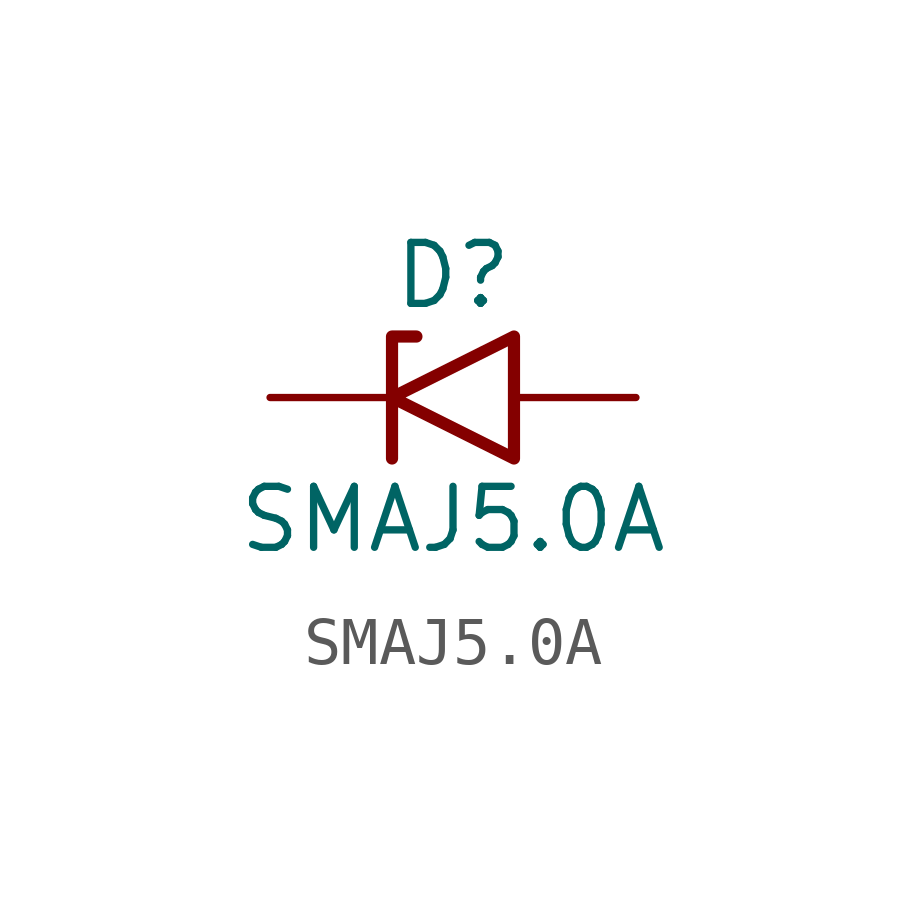
<source format=kicad_sym>
(kicad_symbol_lib
  (version 20231120)
  (generator "kicad_symbol_editor")
  (generator_version "8.0")
  (symbol "SMAJ5.0A"
    (pin_numbers hide)
    (pin_names
      (offset 1.016) hide)
    (property "Reference" "D"
      (at 0 2.54 0)
      (effects (font (size 1.27 1.27))))
    (property "Value" "SMAJ5.0A"
      (at 0 -2.54 0)
      (effects (font (size 1.27 1.27))))
    (symbol "SMAJ5.0A_0_1"
      (polyline (pts (xy -0.762 1.27) (xy -1.27 1.27) (xy -1.27 -1.27)) (stroke (width 0.254) (type default)) (fill (type none)))
      (polyline (pts (xy 1.27 1.27) (xy 1.27 -1.27) (xy -1.27 0) (xy 1.27 1.27)) (stroke (width 0.254) (type default)) (fill (type none))))
    (symbol "SMAJ5.0A_1_1"
      (pin passive line (at -3.81 0 0) (length 2.54) (name "A1" (effects (font (size 1.27 1.27)))) (number "1" (effects (font (size 1.27 1.27)))))
      (pin passive line (at 3.81 0 180) (length 2.54) (name "A2" (effects (font (size 1.27 1.27)))) (number "2" (effects (font (size 1.27 1.27))))))))
</source>
